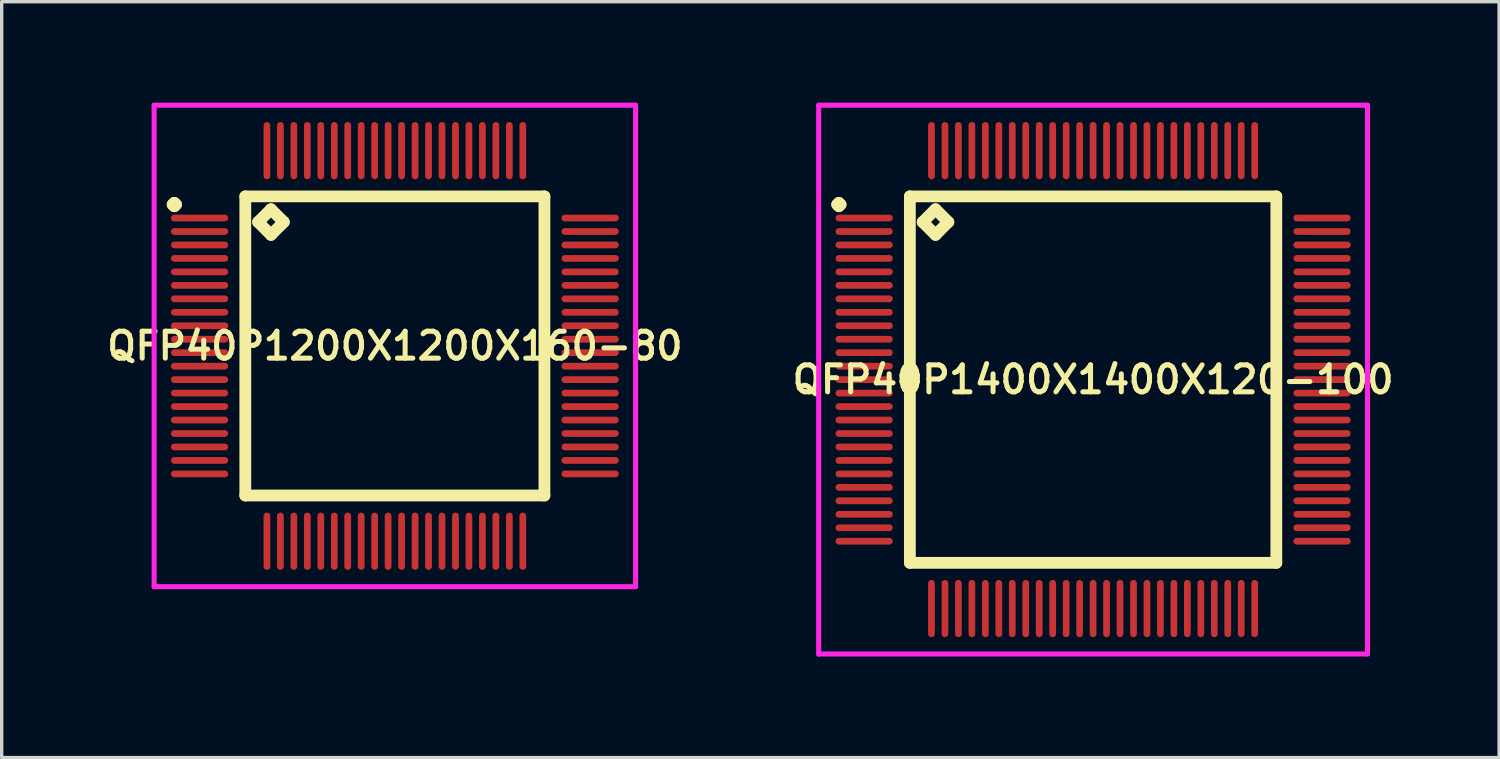
<source format=kicad_pcb>
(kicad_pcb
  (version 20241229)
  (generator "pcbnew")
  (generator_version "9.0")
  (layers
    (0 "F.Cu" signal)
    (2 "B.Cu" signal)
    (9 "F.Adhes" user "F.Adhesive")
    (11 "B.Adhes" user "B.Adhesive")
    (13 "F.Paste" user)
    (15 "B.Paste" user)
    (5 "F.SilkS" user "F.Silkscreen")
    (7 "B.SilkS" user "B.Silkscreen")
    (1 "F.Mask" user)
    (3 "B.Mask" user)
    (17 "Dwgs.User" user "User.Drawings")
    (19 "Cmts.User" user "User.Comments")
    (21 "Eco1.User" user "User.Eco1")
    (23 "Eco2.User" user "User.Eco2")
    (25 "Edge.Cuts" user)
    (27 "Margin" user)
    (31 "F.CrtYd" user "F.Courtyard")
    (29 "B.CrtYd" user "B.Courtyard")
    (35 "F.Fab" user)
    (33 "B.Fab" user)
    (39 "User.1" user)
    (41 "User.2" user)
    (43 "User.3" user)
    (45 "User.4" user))
  (footprint "QFP40P1400X1400X120-100"
    (layer "F.Cu")
    (at 29.416 8.225)
    (property "Reference" "QFP40P1400X1400X120-100" (at 0 0 0) (layer "F.SilkS") (effects (font (size 0.8 0.8) (thickness 0.15))))
    (attr smd)
    (fp_line (start -7.6 -5.2) (end -7.55 -5.25) (stroke (width 0.35) (type solid)) (layer "F.SilkS"))
    (fp_line (start -7.55 -5.25) (end -7.5 -5.2) (stroke (width 0.35) (type solid)) (layer "F.SilkS"))
    (fp_line (start -7.55 -5.15) (end -7.6 -5.2) (stroke (width 0.35) (type solid)) (layer "F.SilkS"))
    (fp_line (start -7.5 -5.2) (end -7.55 -5.15) (stroke (width 0.35) (type solid)) (layer "F.SilkS"))
    (fp_line (start -5.442 -5.442) (end -5.442 5.442) (stroke (width 0.35) (type solid)) (layer "F.SilkS"))
    (fp_line (start -5.442 5.442) (end 5.442 5.442) (stroke (width 0.35) (type solid)) (layer "F.SilkS"))
    (fp_line (start -5.061 -4.68) (end -4.68 -5.061) (stroke (width 0.35) (type solid)) (layer "F.SilkS"))
    (fp_line (start -4.68 -5.061) (end -4.299 -4.68) (stroke (width 0.35) (type solid)) (layer "F.SilkS"))
    (fp_line (start -4.68 -4.299) (end -5.061 -4.68) (stroke (width 0.35) (type solid)) (layer "F.SilkS"))
    (fp_line (start -4.299 -4.68) (end -4.68 -4.299) (stroke (width 0.35) (type solid)) (layer "F.SilkS"))
    (fp_line (start 5.442 -5.442) (end -5.442 -5.442) (stroke (width 0.35) (type solid)) (layer "F.SilkS"))
    (fp_line (start 5.442 5.442) (end 5.442 -5.442) (stroke (width 0.35) (type solid)) (layer "F.SilkS"))
    (fp_line (start -8.15 -8.15) (end 8.15 -8.15) (stroke (width 0.15) (type solid)) (layer "F.CrtYd"))
    (fp_line (start -8.15 8.15) (end -8.15 -8.15) (stroke (width 0.15) (type solid)) (layer "F.CrtYd"))
    (fp_line (start 8.15 -8.15) (end 8.15 8.15) (stroke (width 0.15) (type solid)) (layer "F.CrtYd"))
    (fp_line (start 8.15 8.15) (end -8.15 8.15) (stroke (width 0.15) (type solid)) (layer "F.CrtYd"))
    (pad "1" smd oval (at -6.8 -4.8) (size 1.7 0.2) (layers "F.Cu" "F.Mask" "F.Paste"))
    (pad "2" smd oval (at -6.8 -4.4) (size 1.7 0.2) (layers "F.Cu" "F.Mask" "F.Paste"))
    (pad "3" smd oval (at -6.8 -4) (size 1.7 0.2) (layers "F.Cu" "F.Mask" "F.Paste"))
    (pad "4" smd oval (at -6.8 -3.6) (size 1.7 0.2) (layers "F.Cu" "F.Mask" "F.Paste"))
    (pad "5" smd oval (at -6.8 -3.2) (size 1.7 0.2) (layers "F.Cu" "F.Mask" "F.Paste"))
    (pad "6" smd oval (at -6.8 -2.8) (size 1.7 0.2) (layers "F.Cu" "F.Mask" "F.Paste"))
    (pad "7" smd oval (at -6.8 -2.4) (size 1.7 0.2) (layers "F.Cu" "F.Mask" "F.Paste"))
    (pad "8" smd oval (at -6.8 -2) (size 1.7 0.2) (layers "F.Cu" "F.Mask" "F.Paste"))
    (pad "9" smd oval (at -6.8 -1.6) (size 1.7 0.2) (layers "F.Cu" "F.Mask" "F.Paste"))
    (pad "10" smd oval (at -6.8 -1.2) (size 1.7 0.2) (layers "F.Cu" "F.Mask" "F.Paste"))
    (pad "11" smd oval (at -6.8 -0.8) (size 1.7 0.2) (layers "F.Cu" "F.Mask" "F.Paste"))
    (pad "12" smd oval (at -6.8 -0.4) (size 1.7 0.2) (layers "F.Cu" "F.Mask" "F.Paste"))
    (pad "13" smd oval (at -6.8 0) (size 1.7 0.2) (layers "F.Cu" "F.Mask" "F.Paste"))
    (pad "14" smd oval (at -6.8 0.4) (size 1.7 0.2) (layers "F.Cu" "F.Mask" "F.Paste"))
    (pad "15" smd oval (at -6.8 0.8) (size 1.7 0.2) (layers "F.Cu" "F.Mask" "F.Paste"))
    (pad "16" smd oval (at -6.8 1.2) (size 1.7 0.2) (layers "F.Cu" "F.Mask" "F.Paste"))
    (pad "17" smd oval (at -6.8 1.6) (size 1.7 0.2) (layers "F.Cu" "F.Mask" "F.Paste"))
    (pad "18" smd oval (at -6.8 2) (size 1.7 0.2) (layers "F.Cu" "F.Mask" "F.Paste"))
    (pad "19" smd oval (at -6.8 2.4) (size 1.7 0.2) (layers "F.Cu" "F.Mask" "F.Paste"))
    (pad "20" smd oval (at -6.8 2.8) (size 1.7 0.2) (layers "F.Cu" "F.Mask" "F.Paste"))
    (pad "21" smd oval (at -6.8 3.2) (size 1.7 0.2) (layers "F.Cu" "F.Mask" "F.Paste"))
    (pad "22" smd oval (at -6.8 3.6) (size 1.7 0.2) (layers "F.Cu" "F.Mask" "F.Paste"))
    (pad "23" smd oval (at -6.8 4) (size 1.7 0.2) (layers "F.Cu" "F.Mask" "F.Paste"))
    (pad "24" smd oval (at -6.8 4.4) (size 1.7 0.2) (layers "F.Cu" "F.Mask" "F.Paste"))
    (pad "25" smd oval (at -6.8 4.8) (size 1.7 0.2) (layers "F.Cu" "F.Mask" "F.Paste"))
    (pad "26" smd oval (at -4.8 6.8) (size 0.2 1.7) (layers "F.Cu" "F.Mask" "F.Paste"))
    (pad "27" smd oval (at -4.4 6.8) (size 0.2 1.7) (layers "F.Cu" "F.Mask" "F.Paste"))
    (pad "28" smd oval (at -4 6.8) (size 0.2 1.7) (layers "F.Cu" "F.Mask" "F.Paste"))
    (pad "29" smd oval (at -3.6 6.8) (size 0.2 1.7) (layers "F.Cu" "F.Mask" "F.Paste"))
    (pad "30" smd oval (at -3.2 6.8) (size 0.2 1.7) (layers "F.Cu" "F.Mask" "F.Paste"))
    (pad "31" smd oval (at -2.8 6.8) (size 0.2 1.7) (layers "F.Cu" "F.Mask" "F.Paste"))
    (pad "32" smd oval (at -2.4 6.8) (size 0.2 1.7) (layers "F.Cu" "F.Mask" "F.Paste"))
    (pad "33" smd oval (at -2 6.8) (size 0.2 1.7) (layers "F.Cu" "F.Mask" "F.Paste"))
    (pad "34" smd oval (at -1.6 6.8) (size 0.2 1.7) (layers "F.Cu" "F.Mask" "F.Paste"))
    (pad "35" smd oval (at -1.2 6.8) (size 0.2 1.7) (layers "F.Cu" "F.Mask" "F.Paste"))
    (pad "36" smd oval (at -0.8 6.8) (size 0.2 1.7) (layers "F.Cu" "F.Mask" "F.Paste"))
    (pad "37" smd oval (at -0.4 6.8) (size 0.2 1.7) (layers "F.Cu" "F.Mask" "F.Paste"))
    (pad "38" smd oval (at 0 6.8) (size 0.2 1.7) (layers "F.Cu" "F.Mask" "F.Paste"))
    (pad "39" smd oval (at 0.4 6.8) (size 0.2 1.7) (layers "F.Cu" "F.Mask" "F.Paste"))
    (pad "40" smd oval (at 0.8 6.8) (size 0.2 1.7) (layers "F.Cu" "F.Mask" "F.Paste"))
    (pad "41" smd oval (at 1.2 6.8) (size 0.2 1.7) (layers "F.Cu" "F.Mask" "F.Paste"))
    (pad "42" smd oval (at 1.6 6.8) (size 0.2 1.7) (layers "F.Cu" "F.Mask" "F.Paste"))
    (pad "43" smd oval (at 2 6.8) (size 0.2 1.7) (layers "F.Cu" "F.Mask" "F.Paste"))
    (pad "44" smd oval (at 2.4 6.8) (size 0.2 1.7) (layers "F.Cu" "F.Mask" "F.Paste"))
    (pad "45" smd oval (at 2.8 6.8) (size 0.2 1.7) (layers "F.Cu" "F.Mask" "F.Paste"))
    (pad "46" smd oval (at 3.2 6.8) (size 0.2 1.7) (layers "F.Cu" "F.Mask" "F.Paste"))
    (pad "47" smd oval (at 3.6 6.8) (size 0.2 1.7) (layers "F.Cu" "F.Mask" "F.Paste"))
    (pad "48" smd oval (at 4 6.8) (size 0.2 1.7) (layers "F.Cu" "F.Mask" "F.Paste"))
    (pad "49" smd oval (at 4.4 6.8) (size 0.2 1.7) (layers "F.Cu" "F.Mask" "F.Paste"))
    (pad "50" smd oval (at 4.8 6.8) (size 0.2 1.7) (layers "F.Cu" "F.Mask" "F.Paste"))
    (pad "51" smd oval (at 6.8 4.8) (size 1.7 0.2) (layers "F.Cu" "F.Mask" "F.Paste"))
    (pad "52" smd oval (at 6.8 4.4) (size 1.7 0.2) (layers "F.Cu" "F.Mask" "F.Paste"))
    (pad "53" smd oval (at 6.8 4) (size 1.7 0.2) (layers "F.Cu" "F.Mask" "F.Paste"))
    (pad "54" smd oval (at 6.8 3.6) (size 1.7 0.2) (layers "F.Cu" "F.Mask" "F.Paste"))
    (pad "55" smd oval (at 6.8 3.2) (size 1.7 0.2) (layers "F.Cu" "F.Mask" "F.Paste"))
    (pad "56" smd oval (at 6.8 2.8) (size 1.7 0.2) (layers "F.Cu" "F.Mask" "F.Paste"))
    (pad "57" smd oval (at 6.8 2.4) (size 1.7 0.2) (layers "F.Cu" "F.Mask" "F.Paste"))
    (pad "58" smd oval (at 6.8 2) (size 1.7 0.2) (layers "F.Cu" "F.Mask" "F.Paste"))
    (pad "59" smd oval (at 6.8 1.6) (size 1.7 0.2) (layers "F.Cu" "F.Mask" "F.Paste"))
    (pad "60" smd oval (at 6.8 1.2) (size 1.7 0.2) (layers "F.Cu" "F.Mask" "F.Paste"))
    (pad "61" smd oval (at 6.8 0.8) (size 1.7 0.2) (layers "F.Cu" "F.Mask" "F.Paste"))
    (pad "62" smd oval (at 6.8 0.4) (size 1.7 0.2) (layers "F.Cu" "F.Mask" "F.Paste"))
    (pad "63" smd oval (at 6.8 0) (size 1.7 0.2) (layers "F.Cu" "F.Mask" "F.Paste"))
    (pad "64" smd oval (at 6.8 -0.4) (size 1.7 0.2) (layers "F.Cu" "F.Mask" "F.Paste"))
    (pad "65" smd oval (at 6.8 -0.8) (size 1.7 0.2) (layers "F.Cu" "F.Mask" "F.Paste"))
    (pad "66" smd oval (at 6.8 -1.2) (size 1.7 0.2) (layers "F.Cu" "F.Mask" "F.Paste"))
    (pad "67" smd oval (at 6.8 -1.6) (size 1.7 0.2) (layers "F.Cu" "F.Mask" "F.Paste"))
    (pad "68" smd oval (at 6.8 -2) (size 1.7 0.2) (layers "F.Cu" "F.Mask" "F.Paste"))
    (pad "69" smd oval (at 6.8 -2.4) (size 1.7 0.2) (layers "F.Cu" "F.Mask" "F.Paste"))
    (pad "70" smd oval (at 6.8 -2.8) (size 1.7 0.2) (layers "F.Cu" "F.Mask" "F.Paste"))
    (pad "71" smd oval (at 6.8 -3.2) (size 1.7 0.2) (layers "F.Cu" "F.Mask" "F.Paste"))
    (pad "72" smd oval (at 6.8 -3.6) (size 1.7 0.2) (layers "F.Cu" "F.Mask" "F.Paste"))
    (pad "73" smd oval (at 6.8 -4) (size 1.7 0.2) (layers "F.Cu" "F.Mask" "F.Paste"))
    (pad "74" smd oval (at 6.8 -4.4) (size 1.7 0.2) (layers "F.Cu" "F.Mask" "F.Paste"))
    (pad "75" smd oval (at 6.8 -4.8) (size 1.7 0.2) (layers "F.Cu" "F.Mask" "F.Paste"))
    (pad "76" smd oval (at 4.8 -6.8) (size 0.2 1.7) (layers "F.Cu" "F.Mask" "F.Paste"))
    (pad "77" smd oval (at 4.4 -6.8) (size 0.2 1.7) (layers "F.Cu" "F.Mask" "F.Paste"))
    (pad "78" smd oval (at 4 -6.8) (size 0.2 1.7) (layers "F.Cu" "F.Mask" "F.Paste"))
    (pad "79" smd oval (at 3.6 -6.8) (size 0.2 1.7) (layers "F.Cu" "F.Mask" "F.Paste"))
    (pad "80" smd oval (at 3.2 -6.8) (size 0.2 1.7) (layers "F.Cu" "F.Mask" "F.Paste"))
    (pad "81" smd oval (at 2.8 -6.8) (size 0.2 1.7) (layers "F.Cu" "F.Mask" "F.Paste"))
    (pad "82" smd oval (at 2.4 -6.8) (size 0.2 1.7) (layers "F.Cu" "F.Mask" "F.Paste"))
    (pad "83" smd oval (at 2 -6.8) (size 0.2 1.7) (layers "F.Cu" "F.Mask" "F.Paste"))
    (pad "84" smd oval (at 1.6 -6.8) (size 0.2 1.7) (layers "F.Cu" "F.Mask" "F.Paste"))
    (pad "85" smd oval (at 1.2 -6.8) (size 0.2 1.7) (layers "F.Cu" "F.Mask" "F.Paste"))
    (pad "86" smd oval (at 0.8 -6.8) (size 0.2 1.7) (layers "F.Cu" "F.Mask" "F.Paste"))
    (pad "87" smd oval (at 0.4 -6.8) (size 0.2 1.7) (layers "F.Cu" "F.Mask" "F.Paste"))
    (pad "88" smd oval (at 0 -6.8) (size 0.2 1.7) (layers "F.Cu" "F.Mask" "F.Paste"))
    (pad "89" smd oval (at -0.4 -6.8) (size 0.2 1.7) (layers "F.Cu" "F.Mask" "F.Paste"))
    (pad "90" smd oval (at -0.8 -6.8) (size 0.2 1.7) (layers "F.Cu" "F.Mask" "F.Paste"))
    (pad "91" smd oval (at -1.2 -6.8) (size 0.2 1.7) (layers "F.Cu" "F.Mask" "F.Paste"))
    (pad "92" smd oval (at -1.6 -6.8) (size 0.2 1.7) (layers "F.Cu" "F.Mask" "F.Paste"))
    (pad "93" smd oval (at -2 -6.8) (size 0.2 1.7) (layers "F.Cu" "F.Mask" "F.Paste"))
    (pad "94" smd oval (at -2.4 -6.8) (size 0.2 1.7) (layers "F.Cu" "F.Mask" "F.Paste"))
    (pad "95" smd oval (at -2.8 -6.8) (size 0.2 1.7) (layers "F.Cu" "F.Mask" "F.Paste"))
    (pad "96" smd oval (at -3.2 -6.8) (size 0.2 1.7) (layers "F.Cu" "F.Mask" "F.Paste"))
    (pad "97" smd oval (at -3.6 -6.8) (size 0.2 1.7) (layers "F.Cu" "F.Mask" "F.Paste"))
    (pad "98" smd oval (at -4 -6.8) (size 0.2 1.7) (layers "F.Cu" "F.Mask" "F.Paste"))
    (pad "99" smd oval (at -4.4 -6.8) (size 0.2 1.7) (layers "F.Cu" "F.Mask" "F.Paste"))
    (pad "100" smd oval (at -4.8 -6.8) (size 0.2 1.7) (layers "F.Cu" "F.Mask" "F.Paste")))
  (footprint "QFP40P1200X1200X160-80"
    (layer "F.Cu")
    (at 8.678 7.225)
    (property "Reference" "QFP40P1200X1200X160-80" (at 0 0 0) (layer "F.SilkS") (effects (font (size 0.8 0.8) (thickness 0.15))))
    (attr smd)
    (fp_line (start -6.6 -4.2) (end -6.55 -4.25) (stroke (width 0.35) (type solid)) (layer "F.SilkS"))
    (fp_line (start -6.55 -4.25) (end -6.5 -4.2) (stroke (width 0.35) (type solid)) (layer "F.SilkS"))
    (fp_line (start -6.55 -4.15) (end -6.6 -4.2) (stroke (width 0.35) (type solid)) (layer "F.SilkS"))
    (fp_line (start -6.5 -4.2) (end -6.55 -4.15) (stroke (width 0.35) (type solid)) (layer "F.SilkS"))
    (fp_line (start -4.442 -4.442) (end -4.442 4.442) (stroke (width 0.35) (type solid)) (layer "F.SilkS"))
    (fp_line (start -4.442 4.442) (end 4.442 4.442) (stroke (width 0.35) (type solid)) (layer "F.SilkS"))
    (fp_line (start -4.061 -3.68) (end -3.68 -4.061) (stroke (width 0.35) (type solid)) (layer "F.SilkS"))
    (fp_line (start -3.68 -4.061) (end -3.299 -3.68) (stroke (width 0.35) (type solid)) (layer "F.SilkS"))
    (fp_line (start -3.68 -3.299) (end -4.061 -3.68) (stroke (width 0.35) (type solid)) (layer "F.SilkS"))
    (fp_line (start -3.299 -3.68) (end -3.68 -3.299) (stroke (width 0.35) (type solid)) (layer "F.SilkS"))
    (fp_line (start 4.442 -4.442) (end -4.442 -4.442) (stroke (width 0.35) (type solid)) (layer "F.SilkS"))
    (fp_line (start 4.442 4.442) (end 4.442 -4.442) (stroke (width 0.35) (type solid)) (layer "F.SilkS"))
    (fp_line (start -7.15 -7.15) (end 7.15 -7.15) (stroke (width 0.15) (type solid)) (layer "F.CrtYd"))
    (fp_line (start -7.15 7.15) (end -7.15 -7.15) (stroke (width 0.15) (type solid)) (layer "F.CrtYd"))
    (fp_line (start 7.15 -7.15) (end 7.15 7.15) (stroke (width 0.15) (type solid)) (layer "F.CrtYd"))
    (fp_line (start 7.15 7.15) (end -7.15 7.15) (stroke (width 0.15) (type solid)) (layer "F.CrtYd"))
    (pad "1" smd oval (at -5.8 -3.8) (size 1.7 0.2) (layers "F.Cu" "F.Mask" "F.Paste"))
    (pad "2" smd oval (at -5.8 -3.4) (size 1.7 0.2) (layers "F.Cu" "F.Mask" "F.Paste"))
    (pad "3" smd oval (at -5.8 -3) (size 1.7 0.2) (layers "F.Cu" "F.Mask" "F.Paste"))
    (pad "4" smd oval (at -5.8 -2.6) (size 1.7 0.2) (layers "F.Cu" "F.Mask" "F.Paste"))
    (pad "5" smd oval (at -5.8 -2.2) (size 1.7 0.2) (layers "F.Cu" "F.Mask" "F.Paste"))
    (pad "6" smd oval (at -5.8 -1.8) (size 1.7 0.2) (layers "F.Cu" "F.Mask" "F.Paste"))
    (pad "7" smd oval (at -5.8 -1.4) (size 1.7 0.2) (layers "F.Cu" "F.Mask" "F.Paste"))
    (pad "8" smd oval (at -5.8 -1) (size 1.7 0.2) (layers "F.Cu" "F.Mask" "F.Paste"))
    (pad "9" smd oval (at -5.8 -0.6) (size 1.7 0.2) (layers "F.Cu" "F.Mask" "F.Paste"))
    (pad "10" smd oval (at -5.8 -0.2) (size 1.7 0.2) (layers "F.Cu" "F.Mask" "F.Paste"))
    (pad "11" smd oval (at -5.8 0.2) (size 1.7 0.2) (layers "F.Cu" "F.Mask" "F.Paste"))
    (pad "12" smd oval (at -5.8 0.6) (size 1.7 0.2) (layers "F.Cu" "F.Mask" "F.Paste"))
    (pad "13" smd oval (at -5.8 1) (size 1.7 0.2) (layers "F.Cu" "F.Mask" "F.Paste"))
    (pad "14" smd oval (at -5.8 1.4) (size 1.7 0.2) (layers "F.Cu" "F.Mask" "F.Paste"))
    (pad "15" smd oval (at -5.8 1.8) (size 1.7 0.2) (layers "F.Cu" "F.Mask" "F.Paste"))
    (pad "16" smd oval (at -5.8 2.2) (size 1.7 0.2) (layers "F.Cu" "F.Mask" "F.Paste"))
    (pad "17" smd oval (at -5.8 2.6) (size 1.7 0.2) (layers "F.Cu" "F.Mask" "F.Paste"))
    (pad "18" smd oval (at -5.8 3) (size 1.7 0.2) (layers "F.Cu" "F.Mask" "F.Paste"))
    (pad "19" smd oval (at -5.8 3.4) (size 1.7 0.2) (layers "F.Cu" "F.Mask" "F.Paste"))
    (pad "20" smd oval (at -5.8 3.8) (size 1.7 0.2) (layers "F.Cu" "F.Mask" "F.Paste"))
    (pad "21" smd oval (at -3.8 5.8) (size 0.2 1.7) (layers "F.Cu" "F.Mask" "F.Paste"))
    (pad "22" smd oval (at -3.4 5.8) (size 0.2 1.7) (layers "F.Cu" "F.Mask" "F.Paste"))
    (pad "23" smd oval (at -3 5.8) (size 0.2 1.7) (layers "F.Cu" "F.Mask" "F.Paste"))
    (pad "24" smd oval (at -2.6 5.8) (size 0.2 1.7) (layers "F.Cu" "F.Mask" "F.Paste"))
    (pad "25" smd oval (at -2.2 5.8) (size 0.2 1.7) (layers "F.Cu" "F.Mask" "F.Paste"))
    (pad "26" smd oval (at -1.8 5.8) (size 0.2 1.7) (layers "F.Cu" "F.Mask" "F.Paste"))
    (pad "27" smd oval (at -1.4 5.8) (size 0.2 1.7) (layers "F.Cu" "F.Mask" "F.Paste"))
    (pad "28" smd oval (at -1 5.8) (size 0.2 1.7) (layers "F.Cu" "F.Mask" "F.Paste"))
    (pad "29" smd oval (at -0.6 5.8) (size 0.2 1.7) (layers "F.Cu" "F.Mask" "F.Paste"))
    (pad "30" smd oval (at -0.2 5.8) (size 0.2 1.7) (layers "F.Cu" "F.Mask" "F.Paste"))
    (pad "31" smd oval (at 0.2 5.8) (size 0.2 1.7) (layers "F.Cu" "F.Mask" "F.Paste"))
    (pad "32" smd oval (at 0.6 5.8) (size 0.2 1.7) (layers "F.Cu" "F.Mask" "F.Paste"))
    (pad "33" smd oval (at 1 5.8) (size 0.2 1.7) (layers "F.Cu" "F.Mask" "F.Paste"))
    (pad "34" smd oval (at 1.4 5.8) (size 0.2 1.7) (layers "F.Cu" "F.Mask" "F.Paste"))
    (pad "35" smd oval (at 1.8 5.8) (size 0.2 1.7) (layers "F.Cu" "F.Mask" "F.Paste"))
    (pad "36" smd oval (at 2.2 5.8) (size 0.2 1.7) (layers "F.Cu" "F.Mask" "F.Paste"))
    (pad "37" smd oval (at 2.6 5.8) (size 0.2 1.7) (layers "F.Cu" "F.Mask" "F.Paste"))
    (pad "38" smd oval (at 3 5.8) (size 0.2 1.7) (layers "F.Cu" "F.Mask" "F.Paste"))
    (pad "39" smd oval (at 3.4 5.8) (size 0.2 1.7) (layers "F.Cu" "F.Mask" "F.Paste"))
    (pad "40" smd oval (at 3.8 5.8) (size 0.2 1.7) (layers "F.Cu" "F.Mask" "F.Paste"))
    (pad "41" smd oval (at 5.8 3.8) (size 1.7 0.2) (layers "F.Cu" "F.Mask" "F.Paste"))
    (pad "42" smd oval (at 5.8 3.4) (size 1.7 0.2) (layers "F.Cu" "F.Mask" "F.Paste"))
    (pad "43" smd oval (at 5.8 3) (size 1.7 0.2) (layers "F.Cu" "F.Mask" "F.Paste"))
    (pad "44" smd oval (at 5.8 2.6) (size 1.7 0.2) (layers "F.Cu" "F.Mask" "F.Paste"))
    (pad "45" smd oval (at 5.8 2.2) (size 1.7 0.2) (layers "F.Cu" "F.Mask" "F.Paste"))
    (pad "46" smd oval (at 5.8 1.8) (size 1.7 0.2) (layers "F.Cu" "F.Mask" "F.Paste"))
    (pad "47" smd oval (at 5.8 1.4) (size 1.7 0.2) (layers "F.Cu" "F.Mask" "F.Paste"))
    (pad "48" smd oval (at 5.8 1) (size 1.7 0.2) (layers "F.Cu" "F.Mask" "F.Paste"))
    (pad "49" smd oval (at 5.8 0.6) (size 1.7 0.2) (layers "F.Cu" "F.Mask" "F.Paste"))
    (pad "50" smd oval (at 5.8 0.2) (size 1.7 0.2) (layers "F.Cu" "F.Mask" "F.Paste"))
    (pad "51" smd oval (at 5.8 -0.2) (size 1.7 0.2) (layers "F.Cu" "F.Mask" "F.Paste"))
    (pad "52" smd oval (at 5.8 -0.6) (size 1.7 0.2) (layers "F.Cu" "F.Mask" "F.Paste"))
    (pad "53" smd oval (at 5.8 -1) (size 1.7 0.2) (layers "F.Cu" "F.Mask" "F.Paste"))
    (pad "54" smd oval (at 5.8 -1.4) (size 1.7 0.2) (layers "F.Cu" "F.Mask" "F.Paste"))
    (pad "55" smd oval (at 5.8 -1.8) (size 1.7 0.2) (layers "F.Cu" "F.Mask" "F.Paste"))
    (pad "56" smd oval (at 5.8 -2.2) (size 1.7 0.2) (layers "F.Cu" "F.Mask" "F.Paste"))
    (pad "57" smd oval (at 5.8 -2.6) (size 1.7 0.2) (layers "F.Cu" "F.Mask" "F.Paste"))
    (pad "58" smd oval (at 5.8 -3) (size 1.7 0.2) (layers "F.Cu" "F.Mask" "F.Paste"))
    (pad "59" smd oval (at 5.8 -3.4) (size 1.7 0.2) (layers "F.Cu" "F.Mask" "F.Paste"))
    (pad "60" smd oval (at 5.8 -3.8) (size 1.7 0.2) (layers "F.Cu" "F.Mask" "F.Paste"))
    (pad "61" smd oval (at 3.8 -5.8) (size 0.2 1.7) (layers "F.Cu" "F.Mask" "F.Paste"))
    (pad "62" smd oval (at 3.4 -5.8) (size 0.2 1.7) (layers "F.Cu" "F.Mask" "F.Paste"))
    (pad "63" smd oval (at 3 -5.8) (size 0.2 1.7) (layers "F.Cu" "F.Mask" "F.Paste"))
    (pad "64" smd oval (at 2.6 -5.8) (size 0.2 1.7) (layers "F.Cu" "F.Mask" "F.Paste"))
    (pad "65" smd oval (at 2.2 -5.8) (size 0.2 1.7) (layers "F.Cu" "F.Mask" "F.Paste"))
    (pad "66" smd oval (at 1.8 -5.8) (size 0.2 1.7) (layers "F.Cu" "F.Mask" "F.Paste"))
    (pad "67" smd oval (at 1.4 -5.8) (size 0.2 1.7) (layers "F.Cu" "F.Mask" "F.Paste"))
    (pad "68" smd oval (at 1 -5.8) (size 0.2 1.7) (layers "F.Cu" "F.Mask" "F.Paste"))
    (pad "69" smd oval (at 0.6 -5.8) (size 0.2 1.7) (layers "F.Cu" "F.Mask" "F.Paste"))
    (pad "70" smd oval (at 0.2 -5.8) (size 0.2 1.7) (layers "F.Cu" "F.Mask" "F.Paste"))
    (pad "71" smd oval (at -0.2 -5.8) (size 0.2 1.7) (layers "F.Cu" "F.Mask" "F.Paste"))
    (pad "72" smd oval (at -0.6 -5.8) (size 0.2 1.7) (layers "F.Cu" "F.Mask" "F.Paste"))
    (pad "73" smd oval (at -1 -5.8) (size 0.2 1.7) (layers "F.Cu" "F.Mask" "F.Paste"))
    (pad "74" smd oval (at -1.4 -5.8) (size 0.2 1.7) (layers "F.Cu" "F.Mask" "F.Paste"))
    (pad "75" smd oval (at -1.8 -5.8) (size 0.2 1.7) (layers "F.Cu" "F.Mask" "F.Paste"))
    (pad "76" smd oval (at -2.2 -5.8) (size 0.2 1.7) (layers "F.Cu" "F.Mask" "F.Paste"))
    (pad "77" smd oval (at -2.6 -5.8) (size 0.2 1.7) (layers "F.Cu" "F.Mask" "F.Paste"))
    (pad "78" smd oval (at -3 -5.8) (size 0.2 1.7) (layers "F.Cu" "F.Mask" "F.Paste"))
    (pad "79" smd oval (at -3.4 -5.8) (size 0.2 1.7) (layers "F.Cu" "F.Mask" "F.Paste"))
    (pad "80" smd oval (at -3.8 -5.8) (size 0.2 1.7) (layers "F.Cu" "F.Mask" "F.Paste")))
  (gr_rect
    (start -3 -3)
    (end 41.475 19.45)
    (stroke (width 0.1) (type default))
    (fill no)
    (layer "Edge.Cuts")))
</source>
